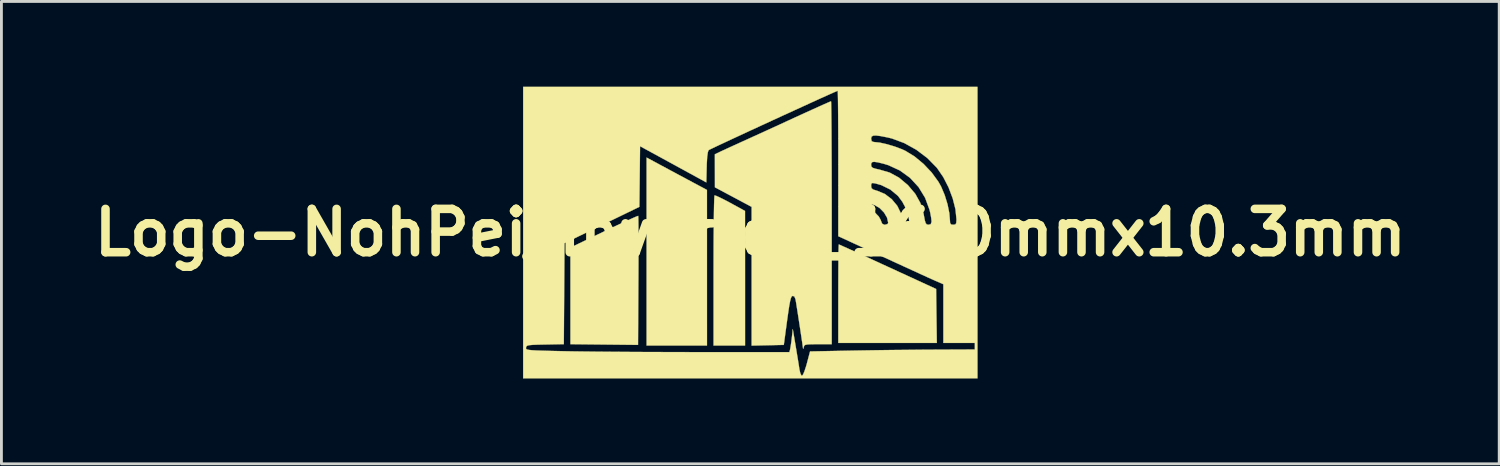
<source format=kicad_pcb>
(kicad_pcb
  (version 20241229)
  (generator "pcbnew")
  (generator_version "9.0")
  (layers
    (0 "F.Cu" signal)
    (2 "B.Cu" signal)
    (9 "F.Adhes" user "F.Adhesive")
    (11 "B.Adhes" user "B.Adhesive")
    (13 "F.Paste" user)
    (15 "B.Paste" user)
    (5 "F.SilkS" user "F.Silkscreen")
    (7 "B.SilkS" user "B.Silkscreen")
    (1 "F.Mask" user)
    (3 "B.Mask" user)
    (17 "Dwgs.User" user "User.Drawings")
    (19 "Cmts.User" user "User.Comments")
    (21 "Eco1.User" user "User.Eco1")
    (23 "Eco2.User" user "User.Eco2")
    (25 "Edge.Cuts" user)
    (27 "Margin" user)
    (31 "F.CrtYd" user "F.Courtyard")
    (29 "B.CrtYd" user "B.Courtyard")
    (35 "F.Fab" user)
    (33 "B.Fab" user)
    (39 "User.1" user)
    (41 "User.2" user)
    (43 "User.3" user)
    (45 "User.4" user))
  (footprint "Logo-NohPei_Inverted_16.0mmx10.3mm"
    (layer "F.Cu")
    (at 23.339 5.131)
    (property "Reference" "Logo-NohPei_Inverted_16.0mmx10.3mm" (at 0 0 0) (layer "F.SilkS") (effects (font (size 1.524 1.524) (thickness 0.3))))
    (attr through_hole)
    (fp_poly (pts (xy -3.104 -2.347) (xy -2.836 -2.203) (xy -2.534 -2.041) (xy -2.239 -1.883) (xy -2.043 -1.778) (xy -1.525 -1.501) (xy -1.524 3.972) (xy -3.648 3.972) (xy -3.648 -2.64) (xy -3.104 -2.347)) (stroke (width 0.01) (type solid)) (fill yes) (layer "F.SilkS"))
    (fp_poly (pts (xy -1.207 -1.296) (xy -1.092 -1.245) (xy -0.929 -1.164) (xy -0.734 -1.062) (xy -0.705 -1.046) (xy -0.186 -0.762) (xy -0.185 1.605) (xy -0.185 3.972) (xy -1.293 3.972) (xy -1.293 1.342) (xy -1.292 0.858) (xy -1.291 0.402) (xy -1.288 -0.017) (xy -1.284 -0.392) (xy -1.28 -0.714) (xy -1.275 -0.975) (xy -1.269 -1.166) (xy -1.263 -1.28) (xy -1.258 -1.309) (xy -1.207 -1.296)) (stroke (width 0.01) (type solid)) (fill yes) (layer "F.SilkS"))
    (fp_poly (pts (xy -3.943 -0.588) (xy -3.94 -0.539) (xy -3.937 -0.407) (xy -3.935 -0.201) (xy -3.934 0.071) (xy -3.933 0.4) (xy -3.933 0.776) (xy -3.934 1.191) (xy -3.936 1.636) (xy -3.937 1.69) (xy -3.949 3.949) (xy -6.327 3.924) (xy -6.327 0.526) (xy -5.145 -0.04) (xy -4.84 -0.185) (xy -4.563 -0.315) (xy -4.324 -0.426) (xy -4.134 -0.511) (xy -4.005 -0.567) (xy -3.946 -0.588) (xy -3.943 -0.588)) (stroke (width 0.01) (type solid)) (fill yes) (layer "F.SilkS"))
    (fp_poly (pts (xy 3.157 0.434) (xy 3.276 0.488) (xy 3.462 0.571) (xy 3.704 0.682) (xy 3.995 0.814) (xy 4.324 0.965) (xy 4.684 1.131) (xy 4.832 1.199) (xy 6.535 1.982) (xy 6.547 2.93) (xy 6.56 3.879) (xy 3.094 3.879) (xy 3.094 2.147) (xy 3.095 1.758) (xy 3.096 1.399) (xy 3.098 1.08) (xy 3.101 0.813) (xy 3.104 0.606) (xy 3.108 0.471) (xy 3.112 0.416) (xy 3.112 0.416) (xy 3.157 0.434)) (stroke (width 0.01) (type solid)) (fill yes) (layer "F.SilkS"))
    (fp_poly (pts (xy 2.843 -4.573) (xy 2.846 -4.442) (xy 2.849 -4.231) (xy 2.852 -3.948) (xy 2.855 -3.598) (xy 2.857 -3.187) (xy 2.859 -2.723) (xy 2.861 -2.211) (xy 2.862 -1.659) (xy 2.863 -1.071) (xy 2.863 -0.456) (xy 2.863 -0.346) (xy 2.863 3.925) (xy 2.382 3.925) (xy 2.166 3.926) (xy 2.026 3.932) (xy 1.943 3.945) (xy 1.902 3.97) (xy 1.884 4.01) (xy 1.88 4.029) (xy 1.863 4.086) (xy 1.854 4.073) (xy 1.842 3.987) (xy 1.82 3.831) (xy 1.789 3.622) (xy 1.753 3.382) (xy 1.714 3.128) (xy 1.676 2.88) (xy 1.641 2.658) (xy 1.613 2.48) (xy 1.593 2.366) (xy 1.589 2.341) (xy 1.546 2.243) (xy 1.485 2.226) (xy 1.456 2.246) (xy 1.428 2.302) (xy 1.401 2.404) (xy 1.37 2.565) (xy 1.335 2.795) (xy 1.293 3.095) (xy 1.178 3.949) (xy 0.046 3.974) (xy 0.046 -0.905) (xy -1.245 -1.593) (xy -1.246 -2.174) (xy -1.247 -2.754) (xy -1.074 -2.838) (xy -0.974 -2.885) (xy -0.809 -2.961) (xy -0.595 -3.059) (xy -0.351 -3.17) (xy -0.162 -3.256) (xy 0.108 -3.379) (xy 0.376 -3.5) (xy 0.618 -3.611) (xy 0.813 -3.7) (xy 0.901 -3.74) (xy 1.232 -3.893) (xy 1.559 -4.044) (xy 1.871 -4.186) (xy 2.158 -4.317) (xy 2.408 -4.43) (xy 2.611 -4.521) (xy 2.755 -4.584) (xy 2.831 -4.616) (xy 2.839 -4.618) (xy 2.843 -4.573)) (stroke (width 0.01) (type solid)) (fill yes) (layer "F.SilkS"))
    (fp_poly (pts (xy 7.989 5.126) (xy -7.989 5.126) (xy -7.989 4.072) (xy -7.89 4.072) (xy -7.88 4.094) (xy -7.849 4.111) (xy -7.787 4.125) (xy -7.685 4.136) (xy -7.533 4.145) (xy -7.322 4.152) (xy -7.041 4.16) (xy -6.682 4.168) (xy -6.506 4.172) (xy -6.214 4.177) (xy -5.841 4.182) (xy -5.4 4.187) (xy -4.904 4.191) (xy -4.364 4.195) (xy -3.794 4.198) (xy -3.205 4.2) (xy -2.609 4.202) (xy -2.019 4.203) (xy -1.868 4.203) (xy 1.375 4.203) (xy 1.401 4.099) (xy 1.419 3.999) (xy 1.442 3.843) (xy 1.46 3.695) (xy 1.494 3.394) (xy 1.595 3.995) (xy 1.636 4.242) (xy 1.675 4.478) (xy 1.707 4.676) (xy 1.727 4.81) (xy 1.728 4.814) (xy 1.758 4.946) (xy 1.798 5.023) (xy 1.817 5.034) (xy 1.854 4.992) (xy 1.904 4.876) (xy 1.96 4.706) (xy 1.988 4.607) (xy 2.101 4.179) (xy 3.533 4.151) (xy 3.982 4.143) (xy 4.491 4.135) (xy 5.031 4.128) (xy 5.569 4.123) (xy 6.074 4.118) (xy 6.431 4.116) (xy 7.897 4.11) (xy 7.897 3.879) (xy 6.789 3.879) (xy 6.789 1.816) (xy 6.523 1.701) (xy 6.421 1.655) (xy 6.245 1.576) (xy 6.009 1.468) (xy 5.723 1.337) (xy 5.398 1.188) (xy 5.045 1.026) (xy 4.677 0.856) (xy 4.676 0.856) (xy 3.094 0.127) (xy 3.094 -0.911) (xy 4.249 -0.911) (xy 4.287 -0.809) (xy 4.389 -0.696) (xy 4.406 -0.682) (xy 4.518 -0.566) (xy 4.589 -0.439) (xy 4.595 -0.417) (xy 4.636 -0.314) (xy 4.71 -0.278) (xy 4.737 -0.277) (xy 4.828 -0.302) (xy 4.849 -0.348) (xy 4.809 -0.526) (xy 4.703 -0.706) (xy 4.551 -0.862) (xy 4.376 -0.966) (xy 4.376 -0.966) (xy 4.286 -0.992) (xy 4.253 -0.967) (xy 4.249 -0.911) (xy 3.094 -0.911) (xy 3.094 -1.644) (xy 4.249 -1.644) (xy 4.261 -1.567) (xy 4.315 -1.518) (xy 4.434 -1.479) (xy 4.458 -1.473) (xy 4.731 -1.36) (xy 4.973 -1.177) (xy 5.168 -0.943) (xy 5.298 -0.676) (xy 5.339 -0.5) (xy 5.363 -0.365) (xy 5.396 -0.299) (xy 5.454 -0.278) (xy 5.478 -0.277) (xy 5.557 -0.294) (xy 5.586 -0.361) (xy 5.588 -0.414) (xy 5.557 -0.617) (xy 5.472 -0.851) (xy 5.348 -1.083) (xy 5.2 -1.283) (xy 5.187 -1.297) (xy 4.924 -1.515) (xy 4.606 -1.671) (xy 4.399 -1.73) (xy 4.297 -1.745) (xy 4.256 -1.719) (xy 4.249 -1.644) (xy 3.094 -1.644) (xy 3.094 -2.384) (xy 4.249 -2.384) (xy 4.259 -2.322) (xy 4.302 -2.281) (xy 4.399 -2.248) (xy 4.536 -2.218) (xy 4.902 -2.111) (xy 5.228 -1.934) (xy 5.535 -1.677) (xy 5.546 -1.666) (xy 5.804 -1.361) (xy 5.983 -1.038) (xy 6.092 -0.673) (xy 6.105 -0.602) (xy 6.137 -0.432) (xy 6.167 -0.334) (xy 6.205 -0.289) (xy 6.259 -0.277) (xy 6.267 -0.277) (xy 6.345 -0.296) (xy 6.372 -0.37) (xy 6.373 -0.406) (xy 6.361 -0.522) (xy 6.331 -0.685) (xy 6.304 -0.799) (xy 6.148 -1.224) (xy 5.916 -1.603) (xy 5.618 -1.926) (xy 5.261 -2.185) (xy 4.855 -2.372) (xy 4.686 -2.423) (xy 4.484 -2.472) (xy 4.355 -2.49) (xy 4.283 -2.478) (xy 4.253 -2.432) (xy 4.249 -2.384) (xy 3.094 -2.384) (xy 3.094 -2.431) (xy 3.094 -2.907) (xy 3.093 -3.302) (xy 4.249 -3.302) (xy 4.269 -3.213) (xy 4.344 -3.186) (xy 4.353 -3.186) (xy 4.554 -3.165) (xy 4.805 -3.109) (xy 5.074 -3.029) (xy 5.331 -2.933) (xy 5.449 -2.879) (xy 5.773 -2.681) (xy 6.091 -2.418) (xy 6.38 -2.112) (xy 6.616 -1.788) (xy 6.712 -1.616) (xy 6.837 -1.318) (xy 6.936 -0.996) (xy 6.999 -0.684) (xy 7.019 -0.45) (xy 7.027 -0.336) (xy 7.061 -0.287) (xy 7.135 -0.277) (xy 7.208 -0.286) (xy 7.241 -0.331) (xy 7.25 -0.436) (xy 7.25 -0.473) (xy 7.215 -0.823) (xy 7.118 -1.205) (xy 6.972 -1.591) (xy 6.785 -1.955) (xy 6.569 -2.27) (xy 6.556 -2.286) (xy 6.226 -2.622) (xy 5.839 -2.914) (xy 5.417 -3.148) (xy 4.982 -3.31) (xy 4.826 -3.348) (xy 4.585 -3.395) (xy 4.42 -3.416) (xy 4.318 -3.409) (xy 4.265 -3.375) (xy 4.249 -3.312) (xy 4.249 -3.302) (xy 3.093 -3.302) (xy 3.093 -3.354) (xy 3.091 -3.765) (xy 3.089 -4.13) (xy 3.086 -4.441) (xy 3.083 -4.69) (xy 3.079 -4.869) (xy 3.075 -4.969) (xy 3.072 -4.988) (xy 3.025 -4.969) (xy 2.903 -4.916) (xy 2.716 -4.832) (xy 2.473 -4.723) (xy 2.185 -4.592) (xy 1.86 -4.443) (xy 1.508 -4.282) (xy 1.138 -4.113) (xy 0.759 -3.939) (xy 0.382 -3.765) (xy 0.015 -3.596) (xy -0.331 -3.435) (xy -0.649 -3.288) (xy -0.927 -3.158) (xy -1.158 -3.05) (xy -1.33 -2.968) (xy -1.436 -2.917) (xy -1.465 -2.901) (xy -1.494 -2.828) (xy -1.517 -2.665) (xy -1.531 -2.416) (xy -1.534 -2.31) (xy -1.547 -1.766) (xy -2.712 -2.403) (xy -3.878 -3.039) (xy -3.902 -0.906) (xy -5.219 -0.267) (xy -6.535 0.371) (xy -6.547 2.147) (xy -6.559 3.923) (xy -7.216 3.936) (xy -7.475 3.941) (xy -7.656 3.948) (xy -7.773 3.959) (xy -7.841 3.975) (xy -7.874 4) (xy -7.886 4.036) (xy -7.888 4.045) (xy -7.89 4.072) (xy -7.989 4.072) (xy -7.989 -5.126) (xy 7.989 -5.126) (xy 7.989 5.126)) (stroke (width 0.01) (type solid)) (fill yes) (layer "F.SilkS")))
  (gr_rect
    (start -3 -3)
    (end 49.678 13.262)
    (stroke (width 0.1) (type default))
    (fill no)
    (layer "Edge.Cuts")))
</source>
